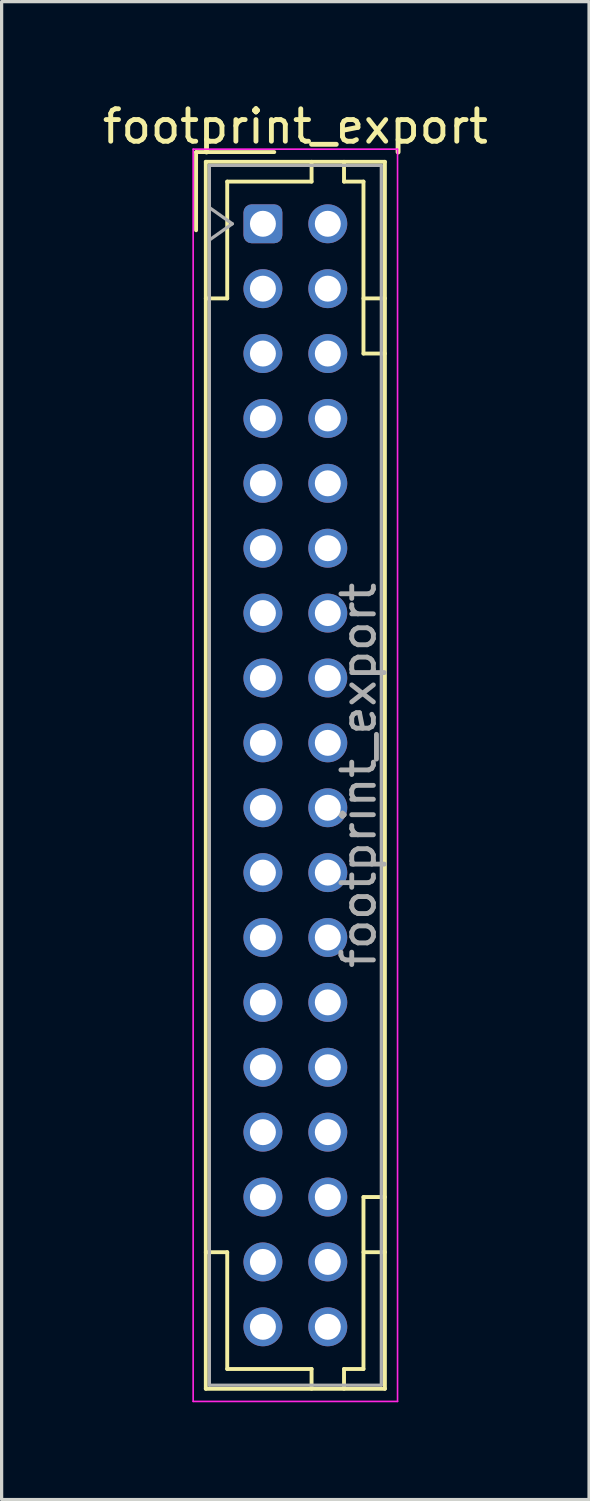
<source format=kicad_pcb>
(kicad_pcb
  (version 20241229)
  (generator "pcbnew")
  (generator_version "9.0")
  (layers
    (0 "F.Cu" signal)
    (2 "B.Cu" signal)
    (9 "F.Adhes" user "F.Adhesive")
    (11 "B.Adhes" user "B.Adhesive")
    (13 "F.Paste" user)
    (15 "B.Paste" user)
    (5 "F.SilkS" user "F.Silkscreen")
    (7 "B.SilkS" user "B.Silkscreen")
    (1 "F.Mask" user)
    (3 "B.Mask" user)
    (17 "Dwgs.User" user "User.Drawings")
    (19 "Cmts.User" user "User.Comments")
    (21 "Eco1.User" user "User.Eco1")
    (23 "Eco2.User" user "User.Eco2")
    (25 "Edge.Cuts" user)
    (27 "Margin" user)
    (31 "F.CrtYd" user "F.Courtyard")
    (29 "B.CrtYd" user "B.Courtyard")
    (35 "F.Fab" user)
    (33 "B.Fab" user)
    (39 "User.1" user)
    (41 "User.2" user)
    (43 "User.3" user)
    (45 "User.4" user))
  (footprint "footprint_export"
    (layer "F.Cu")
    (at 5.054 3.848)
    (property "Reference" "footprint_export" (at 1 -3 0) (layer "F.SilkS") (effects (font (size 1 1) (thickness 0.15))))
    (attr through_hole)
    (fp_line (start -2.06 -2.21) (end -2.06 0.2) (stroke (width 0.12) (type solid)) (layer "F.SilkS"))
    (fp_line (start -1.76 -1.91) (end -1.76 35.91) (stroke (width 0.12) (type solid)) (layer "F.SilkS"))
    (fp_line (start -1.76 35.91) (end 3.76 35.91) (stroke (width 0.12) (type solid)) (layer "F.SilkS"))
    (fp_line (start -1.1 -1.3) (end -1.1 2.3) (stroke (width 0.12) (type solid)) (layer "F.SilkS"))
    (fp_line (start -1.1 2.3) (end -1.76 2.3) (stroke (width 0.12) (type solid)) (layer "F.SilkS"))
    (fp_line (start -1.1 31.7) (end -1.76 31.7) (stroke (width 0.12) (type solid)) (layer "F.SilkS"))
    (fp_line (start -1.1 35.3) (end -1.1 31.7) (stroke (width 0.12) (type solid)) (layer "F.SilkS"))
    (fp_line (start 0.35 -2.21) (end -2.06 -2.21) (stroke (width 0.12) (type solid)) (layer "F.SilkS"))
    (fp_line (start 1.5 -1.91) (end 1.5 -1.3) (stroke (width 0.12) (type solid)) (layer "F.SilkS"))
    (fp_line (start 1.5 -1.3) (end -1.1 -1.3) (stroke (width 0.12) (type solid)) (layer "F.SilkS"))
    (fp_line (start 1.5 35.3) (end -1.1 35.3) (stroke (width 0.12) (type solid)) (layer "F.SilkS"))
    (fp_line (start 1.5 35.91) (end 1.5 35.3) (stroke (width 0.12) (type solid)) (layer "F.SilkS"))
    (fp_line (start 2.5 -1.91) (end 2.5 -1.3) (stroke (width 0.12) (type solid)) (layer "F.SilkS"))
    (fp_line (start 2.5 -1.3) (end 3.1 -1.3) (stroke (width 0.12) (type solid)) (layer "F.SilkS"))
    (fp_line (start 2.5 35.3) (end 3.1 35.3) (stroke (width 0.12) (type solid)) (layer "F.SilkS"))
    (fp_line (start 2.5 35.91) (end 2.5 35.3) (stroke (width 0.12) (type solid)) (layer "F.SilkS"))
    (fp_line (start 3.1 -1.3) (end 3.1 4) (stroke (width 0.12) (type solid)) (layer "F.SilkS"))
    (fp_line (start 3.1 4) (end 3.76 4) (stroke (width 0.12) (type solid)) (layer "F.SilkS"))
    (fp_line (start 3.1 30) (end 3.76 30) (stroke (width 0.12) (type solid)) (layer "F.SilkS"))
    (fp_line (start 3.1 35.3) (end 3.1 30) (stroke (width 0.12) (type solid)) (layer "F.SilkS"))
    (fp_line (start 3.76 -1.91) (end -1.76 -1.91) (stroke (width 0.12) (type solid)) (layer "F.SilkS"))
    (fp_line (start 3.76 2.3) (end 3.1 2.3) (stroke (width 0.12) (type solid)) (layer "F.SilkS"))
    (fp_line (start 3.76 31.7) (end 3.1 31.7) (stroke (width 0.12) (type solid)) (layer "F.SilkS"))
    (fp_line (start 3.76 35.91) (end 3.76 -1.91) (stroke (width 0.12) (type solid)) (layer "F.SilkS"))
    (fp_line (start -2.15 -2.3) (end -2.15 36.3) (stroke (width 0.05) (type solid)) (layer "F.CrtYd"))
    (fp_line (start -2.15 36.3) (end 4.15 36.3) (stroke (width 0.05) (type solid)) (layer "F.CrtYd"))
    (fp_line (start 4.15 -2.3) (end -2.15 -2.3) (stroke (width 0.05) (type solid)) (layer "F.CrtYd"))
    (fp_line (start 4.15 36.3) (end 4.15 -2.3) (stroke (width 0.05) (type solid)) (layer "F.CrtYd"))
    (fp_line (start -1.65 -1.8) (end -1.65 35.8) (stroke (width 0.1) (type solid)) (layer "F.Fab"))
    (fp_line (start -1.65 0.5) (end -0.943 0) (stroke (width 0.1) (type solid)) (layer "F.Fab"))
    (fp_line (start -1.65 35.8) (end 3.65 35.8) (stroke (width 0.1) (type solid)) (layer "F.Fab"))
    (fp_line (start -0.943 0) (end -1.65 -0.5) (stroke (width 0.1) (type solid)) (layer "F.Fab"))
    (fp_line (start 3.65 -1.8) (end -1.65 -1.8) (stroke (width 0.1) (type solid)) (layer "F.Fab"))
    (fp_line (start 3.65 35.8) (end 3.65 -1.8) (stroke (width 0.1) (type solid)) (layer "F.Fab"))
    (fp_text user "${REFERENCE}" (at 2.95 17 90) (layer "F.Fab") (effects (font (size 1 1) (thickness 0.15))))
    (pad "a1" thru_hole roundrect (at 0 0) (size 1.2 1.2) (drill 0.8) (layers "*.Cu" "*.Mask") (roundrect_rratio 0.208))
    (pad "a2" thru_hole circle (at 0 2) (size 1.2 1.2) (drill 0.8) (layers "*.Cu" "*.Mask"))
    (pad "a3" thru_hole circle (at 0 4) (size 1.2 1.2) (drill 0.8) (layers "*.Cu" "*.Mask"))
    (pad "a4" thru_hole circle (at 0 6) (size 1.2 1.2) (drill 0.8) (layers "*.Cu" "*.Mask"))
    (pad "a5" thru_hole circle (at 0 8) (size 1.2 1.2) (drill 0.8) (layers "*.Cu" "*.Mask"))
    (pad "a6" thru_hole circle (at 0 10) (size 1.2 1.2) (drill 0.8) (layers "*.Cu" "*.Mask"))
    (pad "a7" thru_hole circle (at 0 12) (size 1.2 1.2) (drill 0.8) (layers "*.Cu" "*.Mask"))
    (pad "a8" thru_hole circle (at 0 14) (size 1.2 1.2) (drill 0.8) (layers "*.Cu" "*.Mask"))
    (pad "a9" thru_hole circle (at 0 16) (size 1.2 1.2) (drill 0.8) (layers "*.Cu" "*.Mask"))
    (pad "a10" thru_hole circle (at 0 18) (size 1.2 1.2) (drill 0.8) (layers "*.Cu" "*.Mask"))
    (pad "a11" thru_hole circle (at 0 20) (size 1.2 1.2) (drill 0.8) (layers "*.Cu" "*.Mask"))
    (pad "a12" thru_hole circle (at 0 22) (size 1.2 1.2) (drill 0.8) (layers "*.Cu" "*.Mask"))
    (pad "a13" thru_hole circle (at 0 24) (size 1.2 1.2) (drill 0.8) (layers "*.Cu" "*.Mask"))
    (pad "a14" thru_hole circle (at 0 26) (size 1.2 1.2) (drill 0.8) (layers "*.Cu" "*.Mask"))
    (pad "a15" thru_hole circle (at 0 28) (size 1.2 1.2) (drill 0.8) (layers "*.Cu" "*.Mask"))
    (pad "a16" thru_hole circle (at 0 30) (size 1.2 1.2) (drill 0.8) (layers "*.Cu" "*.Mask"))
    (pad "a17" thru_hole circle (at 0 32) (size 1.2 1.2) (drill 0.8) (layers "*.Cu" "*.Mask"))
    (pad "a18" thru_hole circle (at 0 34) (size 1.2 1.2) (drill 0.8) (layers "*.Cu" "*.Mask"))
    (pad "b1" thru_hole circle (at 2 0) (size 1.2 1.2) (drill 0.8) (layers "*.Cu" "*.Mask"))
    (pad "b2" thru_hole circle (at 2 2) (size 1.2 1.2) (drill 0.8) (layers "*.Cu" "*.Mask"))
    (pad "b3" thru_hole circle (at 2 4) (size 1.2 1.2) (drill 0.8) (layers "*.Cu" "*.Mask"))
    (pad "b4" thru_hole circle (at 2 6) (size 1.2 1.2) (drill 0.8) (layers "*.Cu" "*.Mask"))
    (pad "b5" thru_hole circle (at 2 8) (size 1.2 1.2) (drill 0.8) (layers "*.Cu" "*.Mask"))
    (pad "b6" thru_hole circle (at 2 10) (size 1.2 1.2) (drill 0.8) (layers "*.Cu" "*.Mask"))
    (pad "b7" thru_hole circle (at 2 12) (size 1.2 1.2) (drill 0.8) (layers "*.Cu" "*.Mask"))
    (pad "b8" thru_hole circle (at 2 14) (size 1.2 1.2) (drill 0.8) (layers "*.Cu" "*.Mask"))
    (pad "b9" thru_hole circle (at 2 16) (size 1.2 1.2) (drill 0.8) (layers "*.Cu" "*.Mask"))
    (pad "b10" thru_hole circle (at 2 18) (size 1.2 1.2) (drill 0.8) (layers "*.Cu" "*.Mask"))
    (pad "b11" thru_hole circle (at 2 20) (size 1.2 1.2) (drill 0.8) (layers "*.Cu" "*.Mask"))
    (pad "b12" thru_hole circle (at 2 22) (size 1.2 1.2) (drill 0.8) (layers "*.Cu" "*.Mask"))
    (pad "b13" thru_hole circle (at 2 24) (size 1.2 1.2) (drill 0.8) (layers "*.Cu" "*.Mask"))
    (pad "b14" thru_hole circle (at 2 26) (size 1.2 1.2) (drill 0.8) (layers "*.Cu" "*.Mask"))
    (pad "b15" thru_hole circle (at 2 28) (size 1.2 1.2) (drill 0.8) (layers "*.Cu" "*.Mask"))
    (pad "b16" thru_hole circle (at 2 30) (size 1.2 1.2) (drill 0.8) (layers "*.Cu" "*.Mask"))
    (pad "b17" thru_hole circle (at 2 32) (size 1.2 1.2) (drill 0.8) (layers "*.Cu" "*.Mask"))
    (pad "b18" thru_hole circle (at 2 34) (size 1.2 1.2) (drill 0.8) (layers "*.Cu" "*.Mask")))
  (gr_rect
    (start -3 -3)
    (end 15.107 43.173)
    (stroke (width 0.1) (type default))
    (fill no)
    (layer "Edge.Cuts")))
</source>
